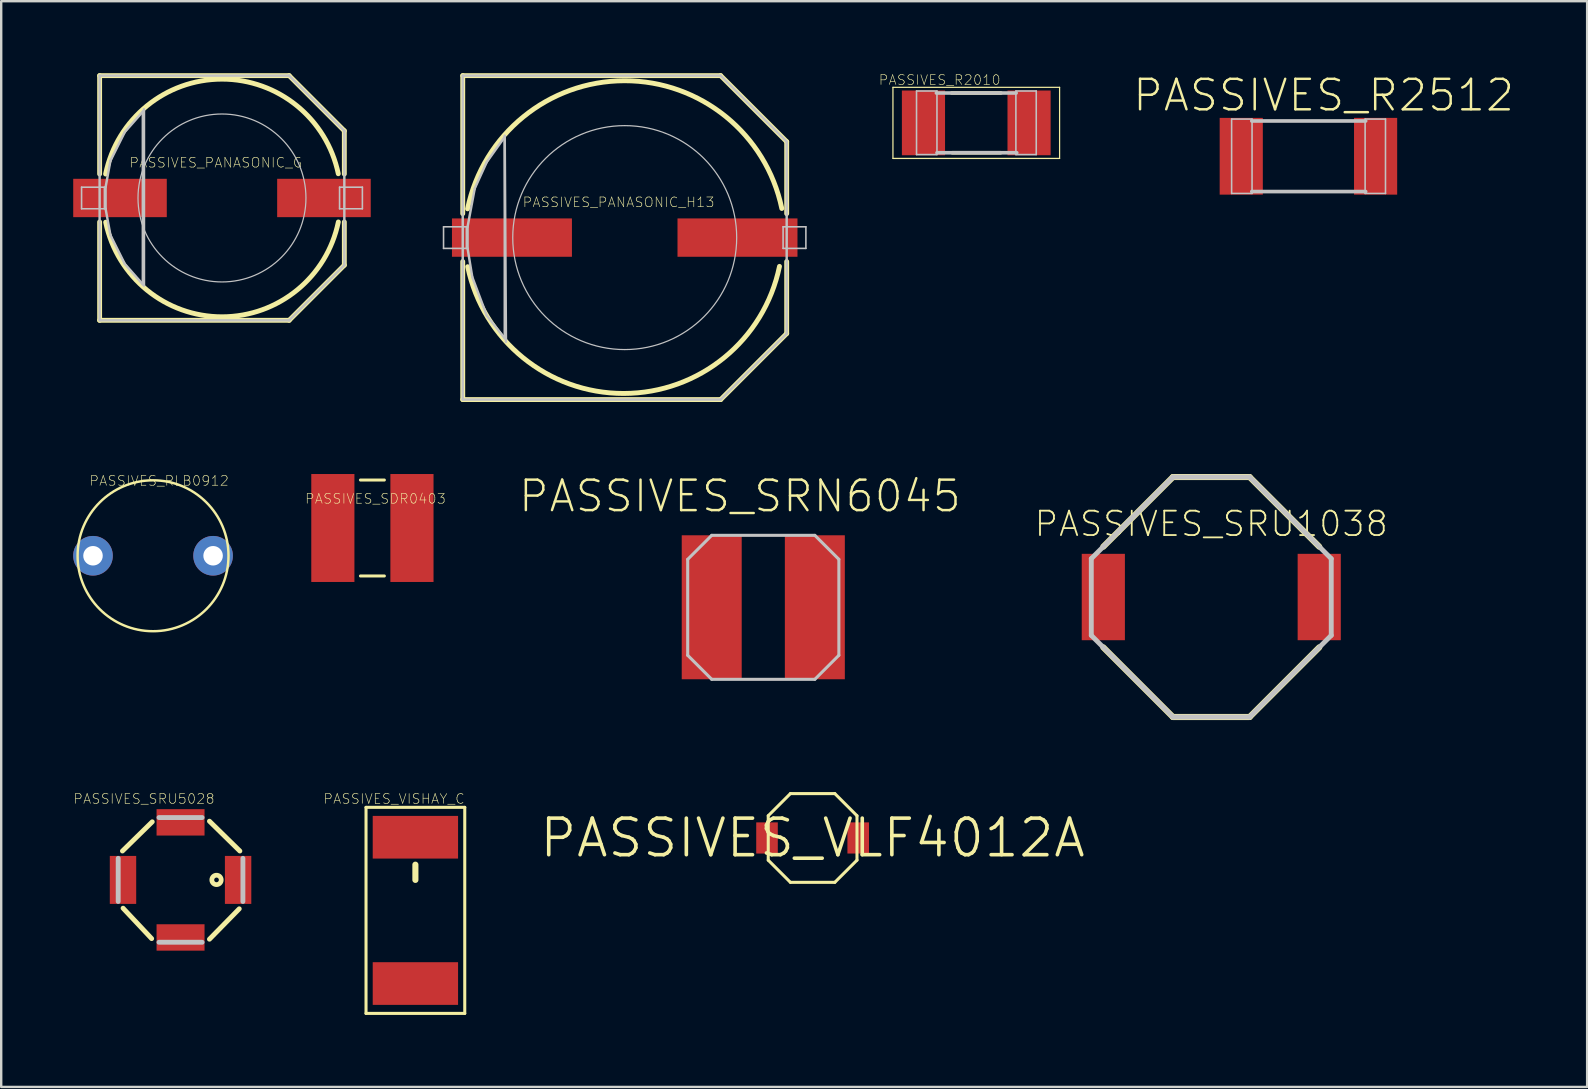
<source format=kicad_pcb>
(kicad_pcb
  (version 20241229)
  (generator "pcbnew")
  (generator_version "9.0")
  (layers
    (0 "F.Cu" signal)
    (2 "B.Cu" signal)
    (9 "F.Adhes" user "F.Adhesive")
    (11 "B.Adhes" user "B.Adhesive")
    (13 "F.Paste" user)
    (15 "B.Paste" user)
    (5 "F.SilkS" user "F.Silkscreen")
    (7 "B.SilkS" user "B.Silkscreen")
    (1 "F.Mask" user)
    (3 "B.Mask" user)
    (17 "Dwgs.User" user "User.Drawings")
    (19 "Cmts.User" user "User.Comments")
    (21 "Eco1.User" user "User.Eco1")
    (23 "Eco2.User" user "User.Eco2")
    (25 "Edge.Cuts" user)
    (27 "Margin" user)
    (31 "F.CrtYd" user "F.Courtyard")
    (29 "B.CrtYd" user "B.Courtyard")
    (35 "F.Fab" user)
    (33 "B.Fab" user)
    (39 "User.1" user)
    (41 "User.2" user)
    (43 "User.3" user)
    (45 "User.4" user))
  (footprint "PASSIVES_R2010"
    (layer "F.Cu")
    (at 37.628 2.07)
    (property "Reference" "PASSIVES_R2010" (at -1.524 -1.788 0) (layer "F.SilkS") (effects (font (size 0.406 0.406) (thickness 0.025))))
    (attr smd)
    (fp_line (start -3.472 -1.481) (end 3.472 -1.481) (stroke (width 0.051) (type solid)) (layer "F.SilkS"))
    (fp_line (start -3.472 1.481) (end -3.472 -1.481) (stroke (width 0.051) (type solid)) (layer "F.SilkS"))
    (fp_line (start -1.026 -1.245) (end 1.026 -1.245) (stroke (width 0.152) (type solid)) (layer "F.SilkS"))
    (fp_line (start -1.001 1.245) (end 1.016 1.245) (stroke (width 0.152) (type solid)) (layer "F.SilkS"))
    (fp_line (start 3.472 -1.481) (end 3.472 1.481) (stroke (width 0.051) (type solid)) (layer "F.SilkS"))
    (fp_line (start 3.472 1.481) (end -3.472 1.481) (stroke (width 0.051) (type solid)) (layer "F.SilkS"))
    (fp_line (start -2.489 -1.328) (end -1.638 -1.328) (stroke (width 0.066) (type solid)) (layer "Dwgs.User"))
    (fp_line (start -2.489 1.321) (end -2.489 -1.328) (stroke (width 0.066) (type solid)) (layer "Dwgs.User"))
    (fp_line (start -2.489 1.321) (end -1.638 1.321) (stroke (width 0.066) (type solid)) (layer "Dwgs.User"))
    (fp_line (start -1.661 -1.245) (end 1.661 -1.245) (stroke (width 0.152) (type solid)) (layer "Dwgs.User"))
    (fp_line (start -1.638 1.321) (end -1.638 -1.328) (stroke (width 0.066) (type solid)) (layer "Dwgs.User"))
    (fp_line (start -1.636 1.245) (end 1.687 1.245) (stroke (width 0.152) (type solid)) (layer "Dwgs.User"))
    (fp_line (start 1.651 -1.328) (end 2.499 -1.328) (stroke (width 0.066) (type solid)) (layer "Dwgs.User"))
    (fp_line (start 1.651 1.321) (end 1.651 -1.328) (stroke (width 0.066) (type solid)) (layer "Dwgs.User"))
    (fp_line (start 1.651 1.321) (end 2.499 1.321) (stroke (width 0.066) (type solid)) (layer "Dwgs.User"))
    (fp_line (start 2.499 1.321) (end 2.499 -1.328) (stroke (width 0.066) (type solid)) (layer "Dwgs.User"))
    (pad "1" smd rect (at -2.2 0) (size 1.798 2.697) (layers "F.Cu" "F.Mask" "F.Paste"))
    (pad "2" smd rect (at 2.2 0) (size 1.798 2.697) (layers "F.Cu" "F.Mask" "F.Paste")))
  (footprint "PASSIVES_RLB0912"
    (layer "F.Cu")
    (at 3.327 20.107)
    (property "Reference" "PASSIVES_RLB0912" (at 0.254 -3.124 0) (layer "F.SilkS") (effects (font (size 0.406 0.406) (thickness 0.025))))
    (attr exclude_from_pos_files exclude_from_bom)
    (fp_circle (center 0 0) (end -2.223 2.223) (stroke (width 0.102) (type solid)) (fill no) (layer "F.SilkS"))
    (pad "1" thru_hole circle (at 2.502 0) (size 1.651 1.651) (drill 0.813) (layers "*.Cu" "*.Paste" "*.Mask"))
    (pad "2" thru_hole circle (at -2.502 0) (size 1.651 1.651) (drill 0.813) (layers "*.Cu" "*.Paste" "*.Mask")))
  (footprint "PASSIVES_VISHAY_C"
    (layer "F.Cu")
    (at 14.258 34.883)
    (property "Reference" "PASSIVES_VISHAY_C" (at -0.889 -4.648 0) (layer "F.SilkS") (effects (font (size 0.406 0.406) (thickness 0.025))))
    (attr smd)
    (fp_line (start -2.057 -4.293) (end -2.057 4.293) (stroke (width 0.127) (type solid)) (layer "F.SilkS"))
    (fp_line (start -2.057 4.293) (end 2.057 4.293) (stroke (width 0.127) (type solid)) (layer "F.SilkS"))
    (fp_line (start 0 -1.27) (end 0 -1.905) (stroke (width 0.254) (type solid)) (layer "F.SilkS"))
    (fp_line (start 2.057 -4.293) (end -2.057 -4.293) (stroke (width 0.127) (type solid)) (layer "F.SilkS"))
    (fp_line (start 2.057 4.293) (end 2.057 -4.293) (stroke (width 0.127) (type solid)) (layer "F.SilkS"))
    (pad "+" smd rect (at 0 -3.048) (size 3.556 1.778) (layers "F.Cu" "F.Mask" "F.Paste"))
    (pad "-" smd rect (at 0 3.048) (size 3.556 1.778) (layers "F.Cu" "F.Mask" "F.Paste")))
  (footprint "PASSIVES_PANASONIC_H13"
    (layer "F.Cu")
    (at 22.98 6.85)
    (property "Reference" "PASSIVES_PANASONIC_H13" (at -0.254 -1.473 0) (layer "F.SilkS") (effects (font (size 0.406 0.406) (thickness 0.025))))
    (attr smd)
    (fp_line (start -6.749 -6.749) (end 3.998 -6.749) (stroke (width 0.203) (type solid)) (layer "F.SilkS"))
    (fp_line (start -6.749 -0.998) (end -6.749 -6.749) (stroke (width 0.203) (type solid)) (layer "F.SilkS"))
    (fp_line (start -6.749 6.749) (end -6.749 0.998) (stroke (width 0.203) (type solid)) (layer "F.SilkS"))
    (fp_line (start 3.998 -6.749) (end 6.749 -3.998) (stroke (width 0.203) (type solid)) (layer "F.SilkS"))
    (fp_line (start 3.998 6.749) (end -6.749 6.749) (stroke (width 0.203) (type solid)) (layer "F.SilkS"))
    (fp_line (start 6.749 -3.998) (end 6.749 -0.998) (stroke (width 0.203) (type solid)) (layer "F.SilkS"))
    (fp_line (start 6.749 0.998) (end 6.749 3.998) (stroke (width 0.203) (type solid)) (layer "F.SilkS"))
    (fp_line (start 6.749 3.998) (end 3.998 6.749) (stroke (width 0.203) (type solid)) (layer "F.SilkS"))
    (fp_arc (start -6.54812 -1.19888) (mid -0.007159 -6.535716) (end 6.545217 -1.2129) (stroke (width 0.2032) (type solid)) (layer "F.SilkS"))
    (fp_arc (start 6.44906 1.19888) (mid -0.041454 6.494071) (end -6.54282 1.212209) (stroke (width 0.2032) (type solid)) (layer "F.SilkS"))
    (fp_line (start -7.549 -0.45) (end -6.599 -0.45) (stroke (width 0.066) (type solid)) (layer "Dwgs.User"))
    (fp_line (start -7.549 0.45) (end -7.549 -0.45) (stroke (width 0.066) (type solid)) (layer "Dwgs.User"))
    (fp_line (start -7.549 0.45) (end -6.599 0.45) (stroke (width 0.066) (type solid)) (layer "Dwgs.User"))
    (fp_line (start -6.749 -6.749) (end 3.998 -6.749) (stroke (width 0.102) (type solid)) (layer "Dwgs.User"))
    (fp_line (start -6.749 6.749) (end -6.749 -6.749) (stroke (width 0.102) (type solid)) (layer "Dwgs.User"))
    (fp_line (start -6.599 0.45) (end -6.599 -0.45) (stroke (width 0.066) (type solid)) (layer "Dwgs.User"))
    (fp_line (start -6.548 -0.45) (end -6.548 0.45) (stroke (width 0.102) (type solid)) (layer "Dwgs.User"))
    (fp_line (start -6.548 0.45) (end -6.35 1.648) (stroke (width 0.102) (type solid)) (layer "Dwgs.User"))
    (fp_line (start -6.35 1.648) (end -5.748 3.249) (stroke (width 0.102) (type solid)) (layer "Dwgs.User"))
    (fp_line (start -6.248 -2.05) (end -6.548 -0.45) (stroke (width 0.102) (type solid)) (layer "Dwgs.User"))
    (fp_line (start -5.748 -3.15) (end -6.248 -2.05) (stroke (width 0.102) (type solid)) (layer "Dwgs.User"))
    (fp_line (start -5.748 3.249) (end -4.999 4.199) (stroke (width 0.102) (type solid)) (layer "Dwgs.User"))
    (fp_line (start -4.999 -4.249) (end -4.948 4.348) (stroke (width 0.102) (type solid)) (layer "Dwgs.User"))
    (fp_line (start -4.999 -4.199) (end -5.748 -3.15) (stroke (width 0.102) (type solid)) (layer "Dwgs.User"))
    (fp_line (start -4.999 4.199) (end -4.999 -4.199) (stroke (width 0.102) (type solid)) (layer "Dwgs.User"))
    (fp_line (start 3.998 -6.749) (end 6.749 -3.998) (stroke (width 0.102) (type solid)) (layer "Dwgs.User"))
    (fp_line (start 3.998 6.749) (end -6.749 6.749) (stroke (width 0.102) (type solid)) (layer "Dwgs.User"))
    (fp_line (start 6.599 -0.45) (end 7.549 -0.45) (stroke (width 0.066) (type solid)) (layer "Dwgs.User"))
    (fp_line (start 6.599 0.45) (end 6.599 -0.45) (stroke (width 0.066) (type solid)) (layer "Dwgs.User"))
    (fp_line (start 6.599 0.45) (end 7.549 0.45) (stroke (width 0.066) (type solid)) (layer "Dwgs.User"))
    (fp_line (start 6.749 -3.998) (end 6.749 3.998) (stroke (width 0.102) (type solid)) (layer "Dwgs.User"))
    (fp_line (start 6.749 3.998) (end 3.998 6.749) (stroke (width 0.102) (type solid)) (layer "Dwgs.User"))
    (fp_line (start 7.549 0.45) (end 7.549 -0.45) (stroke (width 0.066) (type solid)) (layer "Dwgs.User"))
    (fp_circle (center 0 0) (end -3.299 3.299) (stroke (width 0.051) (type solid)) (fill no) (layer "Dwgs.User"))
    (pad "+" smd rect (at 4.699 0) (size 4.999 1.598) (layers "F.Cu" "F.Mask" "F.Paste"))
    (pad "-" smd rect (at -4.699 0) (size 4.999 1.598) (layers "F.Cu" "F.Mask" "F.Paste")))
  (footprint "PASSIVES_SDR0403"
    (layer "F.Cu")
    (at 12.467 18.95)
    (property "Reference" "PASSIVES_SDR0403" (at 0.127 -1.219 0) (layer "F.SilkS") (effects (font (size 0.406 0.406) (thickness 0.025))))
    (attr smd)
    (fp_line (start -0.498 -1.999) (end 0.498 -1.999) (stroke (width 0.127) (type solid)) (layer "F.SilkS"))
    (fp_line (start -0.498 1.999) (end 0.498 1.999) (stroke (width 0.127) (type solid)) (layer "F.SilkS"))
    (pad "P$1" smd rect (at -1.648 0 90) (size 4.498 1.798) (layers "F.Cu" "F.Mask" "F.Paste"))
    (pad "P$2" smd rect (at 1.648 0 90) (size 4.498 1.798) (layers "F.Cu" "F.Mask" "F.Paste")))
  (footprint "PASSIVES_R2512"
    (layer "F.Cu")
    (at 51.468 3.461)
    (property "Reference" "PASSIVES_R2512" (at 0.635 -2.54 0) (layer "F.SilkS") (effects (font (size 1.27 1.27) (thickness 0.102))))
    (attr smd)
    (fp_line (start -3.2 -1.549) (end -2.349 -1.549) (stroke (width 0.066) (type solid)) (layer "Dwgs.User"))
    (fp_line (start -3.2 1.549) (end -3.2 -1.549) (stroke (width 0.066) (type solid)) (layer "Dwgs.User"))
    (fp_line (start -3.2 1.549) (end -2.349 1.549) (stroke (width 0.066) (type solid)) (layer "Dwgs.User"))
    (fp_line (start -2.36 -1.471) (end 2.385 -1.471) (stroke (width 0.152) (type solid)) (layer "Dwgs.User"))
    (fp_line (start -2.36 1.471) (end 2.385 1.471) (stroke (width 0.152) (type solid)) (layer "Dwgs.User"))
    (fp_line (start -2.349 1.549) (end -2.349 -1.549) (stroke (width 0.066) (type solid)) (layer "Dwgs.User"))
    (fp_line (start 2.362 -1.549) (end 3.211 -1.549) (stroke (width 0.066) (type solid)) (layer "Dwgs.User"))
    (fp_line (start 2.362 1.549) (end 2.362 -1.549) (stroke (width 0.066) (type solid)) (layer "Dwgs.User"))
    (fp_line (start 2.362 1.549) (end 3.211 1.549) (stroke (width 0.066) (type solid)) (layer "Dwgs.User"))
    (fp_line (start 3.211 1.549) (end 3.211 -1.549) (stroke (width 0.066) (type solid)) (layer "Dwgs.User"))
    (pad "1" smd rect (at -2.799 0) (size 1.798 3.198) (layers "F.Cu" "F.Mask" "F.Paste"))
    (pad "2" smd rect (at 2.799 0) (size 1.798 3.198) (layers "F.Cu" "F.Mask" "F.Paste")))
  (footprint "PASSIVES_PANASONIC_G"
    (layer "F.Cu")
    (at 6.199 5.199)
    (property "Reference" "PASSIVES_PANASONIC_G" (at -0.254 -1.473 0) (layer "F.SilkS") (effects (font (size 0.406 0.406) (thickness 0.025))))
    (attr smd)
    (fp_line (start -5.098 -5.098) (end 2.799 -5.098) (stroke (width 0.203) (type solid)) (layer "F.SilkS"))
    (fp_line (start -5.098 -0.998) (end -5.098 -5.098) (stroke (width 0.203) (type solid)) (layer "F.SilkS"))
    (fp_line (start -5.098 5.098) (end -5.098 0.998) (stroke (width 0.203) (type solid)) (layer "F.SilkS"))
    (fp_line (start 2.799 -5.098) (end 5.098 -2.799) (stroke (width 0.203) (type solid)) (layer "F.SilkS"))
    (fp_line (start 2.799 5.098) (end -5.098 5.098) (stroke (width 0.203) (type solid)) (layer "F.SilkS"))
    (fp_line (start 5.098 -2.799) (end 5.098 -0.998) (stroke (width 0.203) (type solid)) (layer "F.SilkS"))
    (fp_line (start 5.098 0.998) (end 5.098 2.799) (stroke (width 0.203) (type solid)) (layer "F.SilkS"))
    (fp_line (start 5.098 2.799) (end 2.799 5.098) (stroke (width 0.203) (type solid)) (layer "F.SilkS"))
    (fp_arc (start -4.84886 -0.99822) (mid -0.005807 -4.950541) (end 4.846505 -1.009593) (stroke (width 0.2032) (type solid)) (layer "F.SilkS"))
    (fp_arc (start 4.84886 0.99822) (mid 0.005807 4.950541) (end -4.846505 1.009593) (stroke (width 0.2032) (type solid)) (layer "F.SilkS"))
    (fp_line (start -5.85 -0.45) (end -4.9 -0.45) (stroke (width 0.066) (type solid)) (layer "Dwgs.User"))
    (fp_line (start -5.85 0.45) (end -5.85 -0.45) (stroke (width 0.066) (type solid)) (layer "Dwgs.User"))
    (fp_line (start -5.85 0.45) (end -4.9 0.45) (stroke (width 0.066) (type solid)) (layer "Dwgs.User"))
    (fp_line (start -5.098 -5.098) (end 2.799 -5.098) (stroke (width 0.102) (type solid)) (layer "Dwgs.User"))
    (fp_line (start -5.098 5.098) (end -5.098 -5.098) (stroke (width 0.102) (type solid)) (layer "Dwgs.User"))
    (fp_line (start -4.9 0.45) (end -4.9 -0.45) (stroke (width 0.066) (type solid)) (layer "Dwgs.User"))
    (fp_line (start -4.849 -0.45) (end -4.849 0.45) (stroke (width 0.102) (type solid)) (layer "Dwgs.User"))
    (fp_line (start -4.849 0.45) (end -4.648 1.549) (stroke (width 0.102) (type solid)) (layer "Dwgs.User"))
    (fp_line (start -4.648 -1.549) (end -4.849 -0.45) (stroke (width 0.102) (type solid)) (layer "Dwgs.User"))
    (fp_line (start -4.648 1.549) (end -4.049 2.748) (stroke (width 0.102) (type solid)) (layer "Dwgs.User"))
    (fp_line (start -4.049 -2.748) (end -4.648 -1.549) (stroke (width 0.102) (type solid)) (layer "Dwgs.User"))
    (fp_line (start -4.049 2.748) (end -3.299 3.599) (stroke (width 0.102) (type solid)) (layer "Dwgs.User"))
    (fp_line (start -3.299 -3.599) (end -4.049 -2.748) (stroke (width 0.102) (type solid)) (layer "Dwgs.User"))
    (fp_line (start -3.299 -3.548) (end -3.299 -3.599) (stroke (width 0.102) (type solid)) (layer "Dwgs.User"))
    (fp_line (start -3.299 3.599) (end -3.299 -3.548) (stroke (width 0.102) (type solid)) (layer "Dwgs.User"))
    (fp_line (start -3.249 -3.698) (end -3.249 3.65) (stroke (width 0.102) (type solid)) (layer "Dwgs.User"))
    (fp_line (start 2.799 -5.098) (end 5.098 -2.799) (stroke (width 0.102) (type solid)) (layer "Dwgs.User"))
    (fp_line (start 2.799 5.098) (end -5.098 5.098) (stroke (width 0.102) (type solid)) (layer "Dwgs.User"))
    (fp_line (start 4.9 -0.45) (end 5.85 -0.45) (stroke (width 0.066) (type solid)) (layer "Dwgs.User"))
    (fp_line (start 4.9 0.45) (end 4.9 -0.45) (stroke (width 0.066) (type solid)) (layer "Dwgs.User"))
    (fp_line (start 4.9 0.45) (end 5.85 0.45) (stroke (width 0.066) (type solid)) (layer "Dwgs.User"))
    (fp_line (start 5.098 -2.799) (end 5.098 2.799) (stroke (width 0.102) (type solid)) (layer "Dwgs.User"))
    (fp_line (start 5.098 2.799) (end 2.799 5.098) (stroke (width 0.102) (type solid)) (layer "Dwgs.User"))
    (fp_line (start 5.85 0.45) (end 5.85 -0.45) (stroke (width 0.066) (type solid)) (layer "Dwgs.User"))
    (fp_circle (center 0 0) (end -2.474 2.474) (stroke (width 0.051) (type solid)) (fill no) (layer "Dwgs.User"))
    (pad "+" smd rect (at 4.249 0) (size 3.899 1.598) (layers "F.Cu" "F.Mask" "F.Paste"))
    (pad "-" smd rect (at -4.249 0) (size 3.899 1.598) (layers "F.Cu" "F.Mask" "F.Paste")))
  (footprint "PASSIVES_SRN6045"
    (layer "F.Cu")
    (at 28.779 22.08)
    (property "Reference" "PASSIVES_SRN6045" (at -0.998 -4.458 0) (layer "F.SilkS") (effects (font (size 1.27 1.27) (thickness 0.102))))
    (attr smd)
    (fp_line (start -3.175 -1.824) (end -2.174 -2.824) (stroke (width 0.127) (type solid)) (layer "Dwgs.User"))
    (fp_line (start -3.175 2.174) (end -3.175 -1.824) (stroke (width 0.127) (type solid)) (layer "Dwgs.User"))
    (fp_line (start -2.174 -2.824) (end 2.123 -2.824) (stroke (width 0.127) (type solid)) (layer "Dwgs.User"))
    (fp_line (start -2.174 3.175) (end -3.175 2.174) (stroke (width 0.127) (type solid)) (layer "Dwgs.User"))
    (fp_line (start 2.123 -2.824) (end 3.124 -1.824) (stroke (width 0.127) (type solid)) (layer "Dwgs.User"))
    (fp_line (start 2.123 3.175) (end -2.174 3.175) (stroke (width 0.127) (type solid)) (layer "Dwgs.User"))
    (fp_line (start 3.124 -1.824) (end 3.124 2.174) (stroke (width 0.127) (type solid)) (layer "Dwgs.User"))
    (fp_line (start 3.124 2.174) (end 2.123 3.175) (stroke (width 0.127) (type solid)) (layer "Dwgs.User"))
    (pad "1" smd rect (at -2.174 0.173 90) (size 5.999 2.499) (layers "F.Cu" "F.Mask" "F.Paste"))
    (pad "2" smd rect (at 2.123 0.173 90) (size 5.999 2.499) (layers "F.Cu" "F.Mask" "F.Paste")))
  (footprint "PASSIVES_SRU5028"
    (layer "F.Cu")
    (at 4.473 33.613)
    (property "Reference" "PASSIVES_SRU5028" (at -1.524 -3.378 0) (layer "F.SilkS") (effects (font (size 0.406 0.406) (thickness 0.025))))
    (attr smd)
    (fp_line (start -2.395 1.179) (end -1.204 2.446) (stroke (width 0.203) (type solid)) (layer "F.SilkS"))
    (fp_line (start -1.179 -2.421) (end -2.421 -1.204) (stroke (width 0.203) (type solid)) (layer "F.SilkS"))
    (fp_line (start 1.204 2.471) (end 2.446 1.204) (stroke (width 0.203) (type solid)) (layer "F.SilkS"))
    (fp_line (start 2.471 -1.204) (end 1.204 -2.446) (stroke (width 0.203) (type solid)) (layer "F.SilkS"))
    (fp_circle (center 1.499 0) (end 1.567 0.069) (stroke (width 0.198) (type solid)) (fill no) (layer "F.SilkS"))
    (fp_line (start -2.598 -0.899) (end -2.598 0.899) (stroke (width 0.203) (type solid)) (layer "Dwgs.User"))
    (fp_line (start -0.899 2.598) (end 0.899 2.598) (stroke (width 0.203) (type solid)) (layer "Dwgs.User"))
    (fp_line (start 0.899 -2.598) (end -0.899 -2.598) (stroke (width 0.203) (type solid)) (layer "Dwgs.User"))
    (fp_line (start 2.598 0.899) (end 2.598 -0.899) (stroke (width 0.203) (type solid)) (layer "Dwgs.User"))
    (pad "1" smd rect (at 2.398 0 90) (size 1.999 1.1) (layers "F.Cu" "F.Mask" "F.Paste"))
    (pad "2" smd rect (at -2.398 0 90) (size 1.999 1.1) (layers "F.Cu" "F.Mask" "F.Paste"))
    (pad "P$1" smd rect (at 0 -2.398) (size 1.999 1.1) (layers "F.Cu" "F.Mask" "F.Paste"))
    (pad "P$2" smd rect (at 0 2.398) (size 1.999 1.1) (layers "F.Cu" "F.Mask" "F.Paste")))
  (footprint "PASSIVES_VLF4012A"
    (layer "F.Cu")
    (at 30.809 31.865)
    (property "Reference" "PASSIVES_VLF4012A" (at 0 0 0) (layer "F.SilkS") (effects (font (size 1.524 1.524) (thickness 0.15))))
    (attr smd)
    (fp_line (start -1.849 -0.925) (end -1.849 0.925) (stroke (width 0.127) (type solid)) (layer "F.SilkS"))
    (fp_line (start -1.849 -0.925) (end -0.925 -1.849) (stroke (width 0.127) (type solid)) (layer "F.SilkS"))
    (fp_line (start -0.925 -1.849) (end 0.925 -1.849) (stroke (width 0.127) (type solid)) (layer "F.SilkS"))
    (fp_line (start -0.925 1.849) (end -1.849 0.925) (stroke (width 0.127) (type solid)) (layer "F.SilkS"))
    (fp_line (start -0.925 1.849) (end 0.925 1.849) (stroke (width 0.127) (type solid)) (layer "F.SilkS"))
    (fp_line (start 0.925 -1.849) (end 1.849 -0.925) (stroke (width 0.127) (type solid)) (layer "F.SilkS"))
    (fp_line (start 1.849 -0.925) (end 1.849 0.925) (stroke (width 0.127) (type solid)) (layer "F.SilkS"))
    (fp_line (start 1.849 0.925) (end 0.925 1.849) (stroke (width 0.127) (type solid)) (layer "F.SilkS"))
    (pad "P$1" smd rect (at -1.9 0) (size 0.899 1.298) (layers "F.Cu" "F.Mask" "F.Paste"))
    (pad "P$2" smd rect (at 1.9 0) (size 0.899 1.298) (layers "F.Cu" "F.Mask" "F.Paste")))
  (footprint "PASSIVES_SRU1038"
    (layer "F.Cu")
    (at 47.42 21.826)
    (property "Reference" "PASSIVES_SRU1038" (at 0 -3.048 0) (layer "F.SilkS") (effects (font (size 1.016 1.016) (thickness 0.076))))
    (attr smd)
    (fp_line (start -4.498 -2.098) (end -1.598 -4.999) (stroke (width 0.254) (type solid)) (layer "F.SilkS"))
    (fp_line (start -4.498 2.098) (end -1.598 4.999) (stroke (width 0.254) (type solid)) (layer "F.SilkS"))
    (fp_line (start -1.598 -4.999) (end 1.598 -4.999) (stroke (width 0.254) (type solid)) (layer "F.SilkS"))
    (fp_line (start 1.598 -4.999) (end 4.498 -2.098) (stroke (width 0.254) (type solid)) (layer "F.SilkS"))
    (fp_line (start 1.598 4.999) (end -1.598 4.999) (stroke (width 0.254) (type solid)) (layer "F.SilkS"))
    (fp_line (start 1.598 4.999) (end 4.498 2.098) (stroke (width 0.254) (type solid)) (layer "F.SilkS"))
    (fp_line (start -4.999 -1.598) (end -1.598 -4.999) (stroke (width 0.203) (type solid)) (layer "Dwgs.User"))
    (fp_line (start -4.999 1.598) (end -4.999 -1.598) (stroke (width 0.203) (type solid)) (layer "Dwgs.User"))
    (fp_line (start -1.598 -4.999) (end 1.598 -4.999) (stroke (width 0.203) (type solid)) (layer "Dwgs.User"))
    (fp_line (start -1.598 4.999) (end -4.999 1.598) (stroke (width 0.203) (type solid)) (layer "Dwgs.User"))
    (fp_line (start 1.598 -4.999) (end 4.999 -1.598) (stroke (width 0.203) (type solid)) (layer "Dwgs.User"))
    (fp_line (start 1.598 4.999) (end -1.598 4.999) (stroke (width 0.203) (type solid)) (layer "Dwgs.User"))
    (fp_line (start 4.999 -1.598) (end 4.999 1.598) (stroke (width 0.203) (type solid)) (layer "Dwgs.User"))
    (fp_line (start 4.999 1.598) (end 1.598 4.999) (stroke (width 0.203) (type solid)) (layer "Dwgs.User"))
    (pad "1" smd rect (at -4.498 0) (size 1.798 3.599) (layers "F.Cu" "F.Mask" "F.Paste"))
    (pad "2" smd rect (at 4.498 0) (size 1.798 3.599) (layers "F.Cu" "F.Mask" "F.Paste")))
  (gr_rect
    (start -3 -3)
    (end 63.081 42.239)
    (stroke (width 0.1) (type default))
    (fill no)
    (layer "Edge.Cuts")))
</source>
